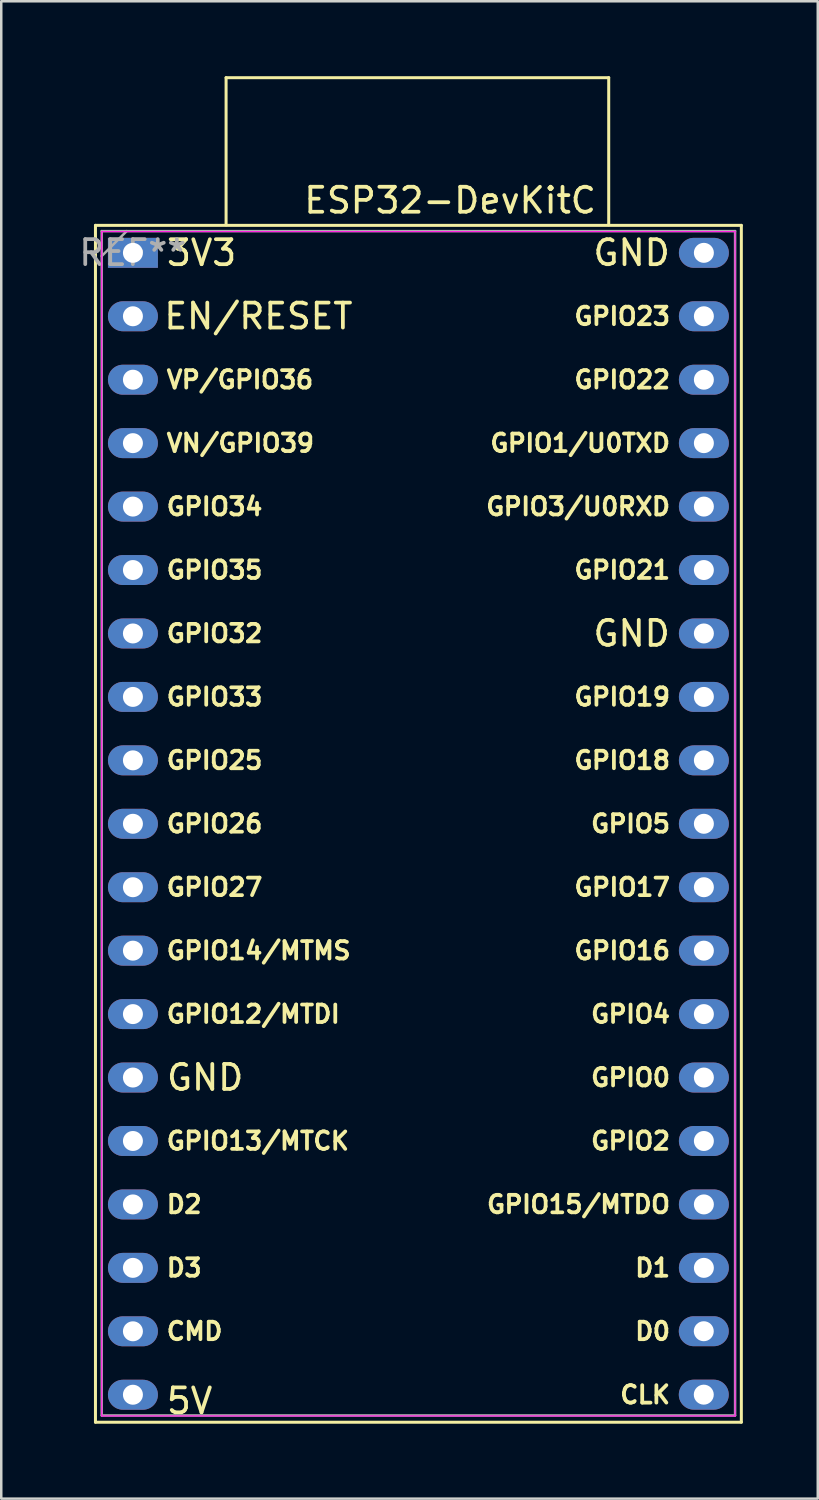
<source format=kicad_pcb>
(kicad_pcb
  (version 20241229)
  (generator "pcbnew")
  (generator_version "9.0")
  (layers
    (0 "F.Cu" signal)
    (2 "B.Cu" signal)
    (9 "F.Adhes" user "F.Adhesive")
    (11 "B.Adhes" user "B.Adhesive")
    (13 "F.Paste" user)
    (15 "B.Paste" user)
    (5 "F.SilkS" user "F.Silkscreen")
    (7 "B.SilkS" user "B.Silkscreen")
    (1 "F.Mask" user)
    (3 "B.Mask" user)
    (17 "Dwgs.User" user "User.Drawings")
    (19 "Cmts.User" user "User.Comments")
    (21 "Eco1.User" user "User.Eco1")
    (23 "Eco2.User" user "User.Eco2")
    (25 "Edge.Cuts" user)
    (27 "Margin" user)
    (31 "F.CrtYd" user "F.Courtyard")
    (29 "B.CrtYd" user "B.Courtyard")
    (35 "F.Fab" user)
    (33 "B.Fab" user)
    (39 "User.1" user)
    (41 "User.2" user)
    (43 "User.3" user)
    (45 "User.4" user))
  (footprint "ESP32-DevKitC"
    (layer "F.Cu")
    (at 2.272 7.073)
    (property "Reference" "ESP32-DevKitC" (at 12.7 -2.1 0) (layer "F.SilkS") (effects (font (size 1 1) (thickness 0.15))))
    (attr through_hole)
    (fp_line (start -1.5 46.82) (end 24.36 46.82) (stroke (width 0.12) (type solid)) (layer "F.SilkS"))
    (fp_line (start -1.5 -1.1) (end -1.5 46.82) (stroke (width 0.12) (type solid)) (layer "F.SilkS"))
    (fp_line (start 3.73 -7.013) (end 19.05 -7.013) (stroke (width 0.12) (type solid)) (layer "F.SilkS"))
    (fp_line (start 3.73 -1.12) (end 3.73 -7.013) (stroke (width 0.12) (type solid)) (layer "F.SilkS"))
    (fp_line (start 19.05 -7.013) (end 19.05 -1.12) (stroke (width 0.12) (type solid)) (layer "F.SilkS"))
    (fp_line (start 24.36 46.82) (end 24.36 -1.1) (stroke (width 0.12) (type solid)) (layer "F.SilkS"))
    (fp_line (start 24.36 -1.1) (end -1.5 -1.1) (stroke (width 0.12) (type solid)) (layer "F.SilkS"))
    (fp_line (start -1.25 -0.85) (end 24.11 -0.85) (stroke (width 0.05) (type solid)) (layer "F.CrtYd"))
    (fp_line (start -1.25 46.57) (end -1.25 -0.85) (stroke (width 0.05) (type solid)) (layer "F.CrtYd"))
    (fp_line (start 24.11 -0.85) (end 24.11 46.57) (stroke (width 0.05) (type solid)) (layer "F.CrtYd"))
    (fp_line (start 24.11 46.57) (end -1.25 46.57) (stroke (width 0.05) (type solid)) (layer "F.CrtYd"))
    (fp_line (start -1.25 -0.87) (end 24.11 -0.87) (stroke (width 0.1) (type solid)) (layer "F.Fab"))
    (fp_line (start -1.25 46.55) (end -1.25 -0.87) (stroke (width 0.1) (type solid)) (layer "F.Fab"))
    (fp_line (start -0.25 -0.87) (end -1.25 0.13) (stroke (width 0.1) (type solid)) (layer "F.Fab"))
    (fp_line (start 24.11 -0.87) (end 24.11 46.55) (stroke (width 0.1) (type solid)) (layer "F.Fab"))
    (fp_line (start 24.11 46.55) (end -1.25 46.55) (stroke (width 0.1) (type solid)) (layer "F.Fab"))
    (fp_text user "GPIO2" (at 21.59 35.56 0) (unlocked yes) (layer "F.SilkS") (effects (font (size 0.7 0.7) (thickness 0.15)) (justify right)))
    (fp_text user "GPIO1/U0TXD" (at 21.59 7.62 0) (unlocked yes) (layer "F.SilkS") (effects (font (size 0.7 0.7) (thickness 0.15)) (justify right)))
    (fp_text user "GPIO4" (at 21.59 30.48 0) (unlocked yes) (layer "F.SilkS") (effects (font (size 0.7 0.7) (thickness 0.15)) (justify right)))
    (fp_text user "D3" (at 1.27 40.64 0) (unlocked yes) (layer "F.SilkS") (effects (font (size 0.7 0.7) (thickness 0.15)) (justify left)))
    (fp_text user "D1" (at 21.59 40.64 0) (unlocked yes) (layer "F.SilkS") (effects (font (size 0.7 0.7) (thickness 0.15)) (justify right)))
    (fp_text user "GPIO5" (at 21.59 22.86 0) (unlocked yes) (layer "F.SilkS") (effects (font (size 0.7 0.7) (thickness 0.15)) (justify right)))
    (fp_text user "D2" (at 1.27 38.1 0) (unlocked yes) (layer "F.SilkS") (effects (font (size 0.7 0.7) (thickness 0.15)) (justify left)))
    (fp_text user "GPIO26" (at 1.27 22.86 0) (unlocked yes) (layer "F.SilkS") (effects (font (size 0.7 0.7) (thickness 0.15)) (justify left)))
    (fp_text user "GPIO23" (at 21.59 2.54 0) (unlocked yes) (layer "F.SilkS") (effects (font (size 0.7 0.7) (thickness 0.15)) (justify right)))
    (fp_text user "GPIO35" (at 1.27 12.7 0) (unlocked yes) (layer "F.SilkS") (effects (font (size 0.7 0.7) (thickness 0.15)) (justify left)))
    (fp_text user "GPIO3/U0RXD" (at 21.59 10.16 0) (unlocked yes) (layer "F.SilkS") (effects (font (size 0.7 0.7) (thickness 0.15)) (justify right)))
    (fp_text user "GPIO17" (at 21.59 25.4 0) (unlocked yes) (layer "F.SilkS") (effects (font (size 0.7 0.7) (thickness 0.15)) (justify right)))
    (fp_text user "GND" (at 21.59 15.24 0) (unlocked yes) (layer "F.SilkS") (effects (font (size 1 1) (thickness 0.15)) (justify right)))
    (fp_text user "GPIO25" (at 1.27 20.32 0) (unlocked yes) (layer "F.SilkS") (effects (font (size 0.7 0.7) (thickness 0.15)) (justify left)))
    (fp_text user "GPIO21" (at 21.59 12.7 0) (unlocked yes) (layer "F.SilkS") (effects (font (size 0.7 0.7) (thickness 0.15)) (justify right)))
    (fp_text user "CLK" (at 21.59 45.72 0) (unlocked yes) (layer "F.SilkS") (effects (font (size 0.7 0.7) (thickness 0.15)) (justify right)))
    (fp_text user "GND" (at 21.59 0 0) (unlocked yes) (layer "F.SilkS") (effects (font (size 1 1) (thickness 0.15)) (justify right)))
    (fp_text user "3V3" (at 1.27 0 0) (unlocked yes) (layer "F.SilkS") (effects (font (size 1 1) (thickness 0.15)) (justify left)))
    (fp_text user "GPIO34" (at 1.27 10.16 0) (unlocked yes) (layer "F.SilkS") (effects (font (size 0.7 0.7) (thickness 0.15)) (justify left)))
    (fp_text user "EN/RESET" (at 8.886 2.537 0) (unlocked yes) (layer "F.SilkS") (effects (font (size 1 1) (thickness 0.15)) (justify right)))
    (fp_text user "GPIO16" (at 21.59 27.94 0) (unlocked yes) (layer "F.SilkS") (effects (font (size 0.7 0.7) (thickness 0.15)) (justify right)))
    (fp_text user "GPIO19" (at 21.59 17.78 0) (unlocked yes) (layer "F.SilkS") (effects (font (size 0.7 0.7) (thickness 0.15)) (justify right)))
    (fp_text user "5V" (at 1.266 45.971 0) (unlocked yes) (layer "F.SilkS") (effects (font (size 1 1) (thickness 0.15)) (justify left)))
    (fp_text user "GPIO15/MTDO" (at 21.59 38.1 0) (unlocked yes) (layer "F.SilkS") (effects (font (size 0.7 0.7) (thickness 0.15)) (justify right)))
    (fp_text user "VN/GPIO39" (at 1.27 7.62 0) (unlocked yes) (layer "F.SilkS") (effects (font (size 0.7 0.7) (thickness 0.15)) (justify left)))
    (fp_text user "GND" (at 1.27 33.02 0) (unlocked yes) (layer "F.SilkS") (effects (font (size 1 1) (thickness 0.15)) (justify left)))
    (fp_text user "GPIO0" (at 21.59 33.02 0) (unlocked yes) (layer "F.SilkS") (effects (font (size 0.7 0.7) (thickness 0.15)) (justify right)))
    (fp_text user "GPIO14/MTMS" (at 1.27 27.94 0) (unlocked yes) (layer "F.SilkS") (effects (font (size 0.7 0.7) (thickness 0.15)) (justify left)))
    (fp_text user "D0" (at 21.59 43.18 0) (unlocked yes) (layer "F.SilkS") (effects (font (size 0.7 0.7) (thickness 0.15)) (justify right)))
    (fp_text user "GPIO22" (at 21.59 5.08 0) (unlocked yes) (layer "F.SilkS") (effects (font (size 0.7 0.7) (thickness 0.15)) (justify right)))
    (fp_text user "GPIO18" (at 21.59 20.32 0) (unlocked yes) (layer "F.SilkS") (effects (font (size 0.7 0.7) (thickness 0.15)) (justify right)))
    (fp_text user "GPIO32" (at 1.27 15.24 0) (unlocked yes) (layer "F.SilkS") (effects (font (size 0.7 0.7) (thickness 0.15)) (justify left)))
    (fp_text user "GPIO27" (at 1.27 25.4 0) (unlocked yes) (layer "F.SilkS") (effects (font (size 0.7 0.7) (thickness 0.15)) (justify left)))
    (fp_text user "VP/GPIO36" (at 1.27 5.08 0) (unlocked yes) (layer "F.SilkS") (effects (font (size 0.7 0.7) (thickness 0.15)) (justify left)))
    (fp_text user "CMD" (at 1.27 43.18 0) (unlocked yes) (layer "F.SilkS") (effects (font (size 0.7 0.7) (thickness 0.15)) (justify left)))
    (fp_text user "GPIO13/MTCK" (at 1.27 35.56 0) (unlocked yes) (layer "F.SilkS") (effects (font (size 0.7 0.7) (thickness 0.15)) (justify left)))
    (fp_text user "GPIO12/MTDI" (at 1.27 30.48 0) (unlocked yes) (layer "F.SilkS") (effects (font (size 0.7 0.7) (thickness 0.15)) (justify left)))
    (fp_text user "GPIO33" (at 1.27 17.78 0) (unlocked yes) (layer "F.SilkS") (effects (font (size 0.7 0.7) (thickness 0.15)) (justify left)))
    (fp_text user "REF**" (at -0.004 -0.003 0) (layer "F.Fab") (effects (font (size 1 1) (thickness 0.15))))
    (pad "1" thru_hole rect (at 0 0 270) (size 1.2 2) (drill 0.8) (layers "*.Cu" "*.Mask"))
    (pad "2" thru_hole oval (at 0 2.54 270) (size 1.2 2) (drill 0.8) (layers "*.Cu" "*.Mask"))
    (pad "3" thru_hole oval (at 0 5.08 270) (size 1.2 2) (drill 0.8) (layers "*.Cu" "*.Mask"))
    (pad "4" thru_hole oval (at 0 7.62 270) (size 1.2 2) (drill 0.8) (layers "*.Cu" "*.Mask"))
    (pad "5" thru_hole oval (at 0 10.16 270) (size 1.2 2) (drill 0.8) (layers "*.Cu" "*.Mask"))
    (pad "6" thru_hole oval (at 0 12.7 270) (size 1.2 2) (drill 0.8) (layers "*.Cu" "*.Mask"))
    (pad "7" thru_hole oval (at 0 15.24 270) (size 1.2 2) (drill 0.8) (layers "*.Cu" "*.Mask"))
    (pad "8" thru_hole oval (at 0 17.78 270) (size 1.2 2) (drill 0.8) (layers "*.Cu" "*.Mask"))
    (pad "9" thru_hole oval (at 0 20.32 270) (size 1.2 2) (drill 0.8) (layers "*.Cu" "*.Mask"))
    (pad "10" thru_hole oval (at 0 22.86 270) (size 1.2 2) (drill 0.8) (layers "*.Cu" "*.Mask"))
    (pad "11" thru_hole oval (at 0 25.4 270) (size 1.2 2) (drill 0.8) (layers "*.Cu" "*.Mask"))
    (pad "12" thru_hole oval (at 0 27.94 270) (size 1.2 2) (drill 0.8) (layers "*.Cu" "*.Mask"))
    (pad "13" thru_hole oval (at 0 30.48 270) (size 1.2 2) (drill 0.8) (layers "*.Cu" "*.Mask"))
    (pad "14" thru_hole oval (at 0 33.02 270) (size 1.2 2) (drill 0.8) (layers "*.Cu" "*.Mask"))
    (pad "15" thru_hole oval (at 0 35.56 270) (size 1.2 2) (drill 0.8) (layers "*.Cu" "*.Mask"))
    (pad "16" thru_hole oval (at 0 38.1 270) (size 1.2 2) (drill 0.8) (layers "*.Cu" "*.Mask"))
    (pad "17" thru_hole oval (at 0 40.64 270) (size 1.2 2) (drill 0.8) (layers "*.Cu" "*.Mask"))
    (pad "18" thru_hole oval (at 0 43.18 270) (size 1.2 2) (drill 0.8) (layers "*.Cu" "*.Mask"))
    (pad "19" thru_hole oval (at 0 45.72 270) (size 1.2 2) (drill 0.8) (layers "*.Cu" "*.Mask"))
    (pad "20" thru_hole oval (at 22.856 45.717 270) (size 1.2 2) (drill 0.8) (layers "*.Cu" "*.Mask"))
    (pad "21" thru_hole oval (at 22.856 43.177 270) (size 1.2 2) (drill 0.8) (layers "*.Cu" "*.Mask"))
    (pad "22" thru_hole oval (at 22.86 40.64 270) (size 1.2 2) (drill 0.8) (layers "*.Cu" "*.Mask"))
    (pad "23" thru_hole oval (at 22.86 38.1 270) (size 1.2 2) (drill 0.8) (layers "*.Cu" "*.Mask"))
    (pad "24" thru_hole oval (at 22.86 35.56 270) (size 1.2 2) (drill 0.8) (layers "*.Cu" "*.Mask"))
    (pad "25" thru_hole oval (at 22.86 33.02 270) (size 1.2 2) (drill 0.8) (layers "*.Cu" "*.Mask"))
    (pad "26" thru_hole oval (at 22.86 30.48 270) (size 1.2 2) (drill 0.8) (layers "*.Cu" "*.Mask"))
    (pad "27" thru_hole oval (at 22.86 27.94 270) (size 1.2 2) (drill 0.8) (layers "*.Cu" "*.Mask"))
    (pad "28" thru_hole oval (at 22.86 25.4 270) (size 1.2 2) (drill 0.8) (layers "*.Cu" "*.Mask"))
    (pad "29" thru_hole oval (at 22.86 22.86 270) (size 1.2 2) (drill 0.8) (layers "*.Cu" "*.Mask"))
    (pad "30" thru_hole oval (at 22.86 20.32 270) (size 1.2 2) (drill 0.8) (layers "*.Cu" "*.Mask"))
    (pad "31" thru_hole oval (at 22.86 17.78 270) (size 1.2 2) (drill 0.8) (layers "*.Cu" "*.Mask"))
    (pad "32" thru_hole oval (at 22.86 15.24 270) (size 1.2 2) (drill 0.8) (layers "*.Cu" "*.Mask"))
    (pad "33" thru_hole oval (at 22.86 12.7 270) (size 1.2 2) (drill 0.8) (layers "*.Cu" "*.Mask"))
    (pad "34" thru_hole oval (at 22.86 10.16 270) (size 1.2 2) (drill 0.8) (layers "*.Cu" "*.Mask"))
    (pad "35" thru_hole oval (at 22.86 7.62 270) (size 1.2 2) (drill 0.8) (layers "*.Cu" "*.Mask"))
    (pad "36" thru_hole oval (at 22.86 5.08 270) (size 1.2 2) (drill 0.8) (layers "*.Cu" "*.Mask"))
    (pad "37" thru_hole oval (at 22.86 2.54 270) (size 1.2 2) (drill 0.8) (layers "*.Cu" "*.Mask"))
    (pad "38" thru_hole oval (at 22.86 0 270) (size 1.2 2) (drill 0.8) (layers "*.Cu" "*.Mask")))
  (gr_rect
    (start -3 -3)
    (end 29.692 56.953)
    (stroke (width 0.1) (type default))
    (fill no)
    (layer "Edge.Cuts")))
</source>
